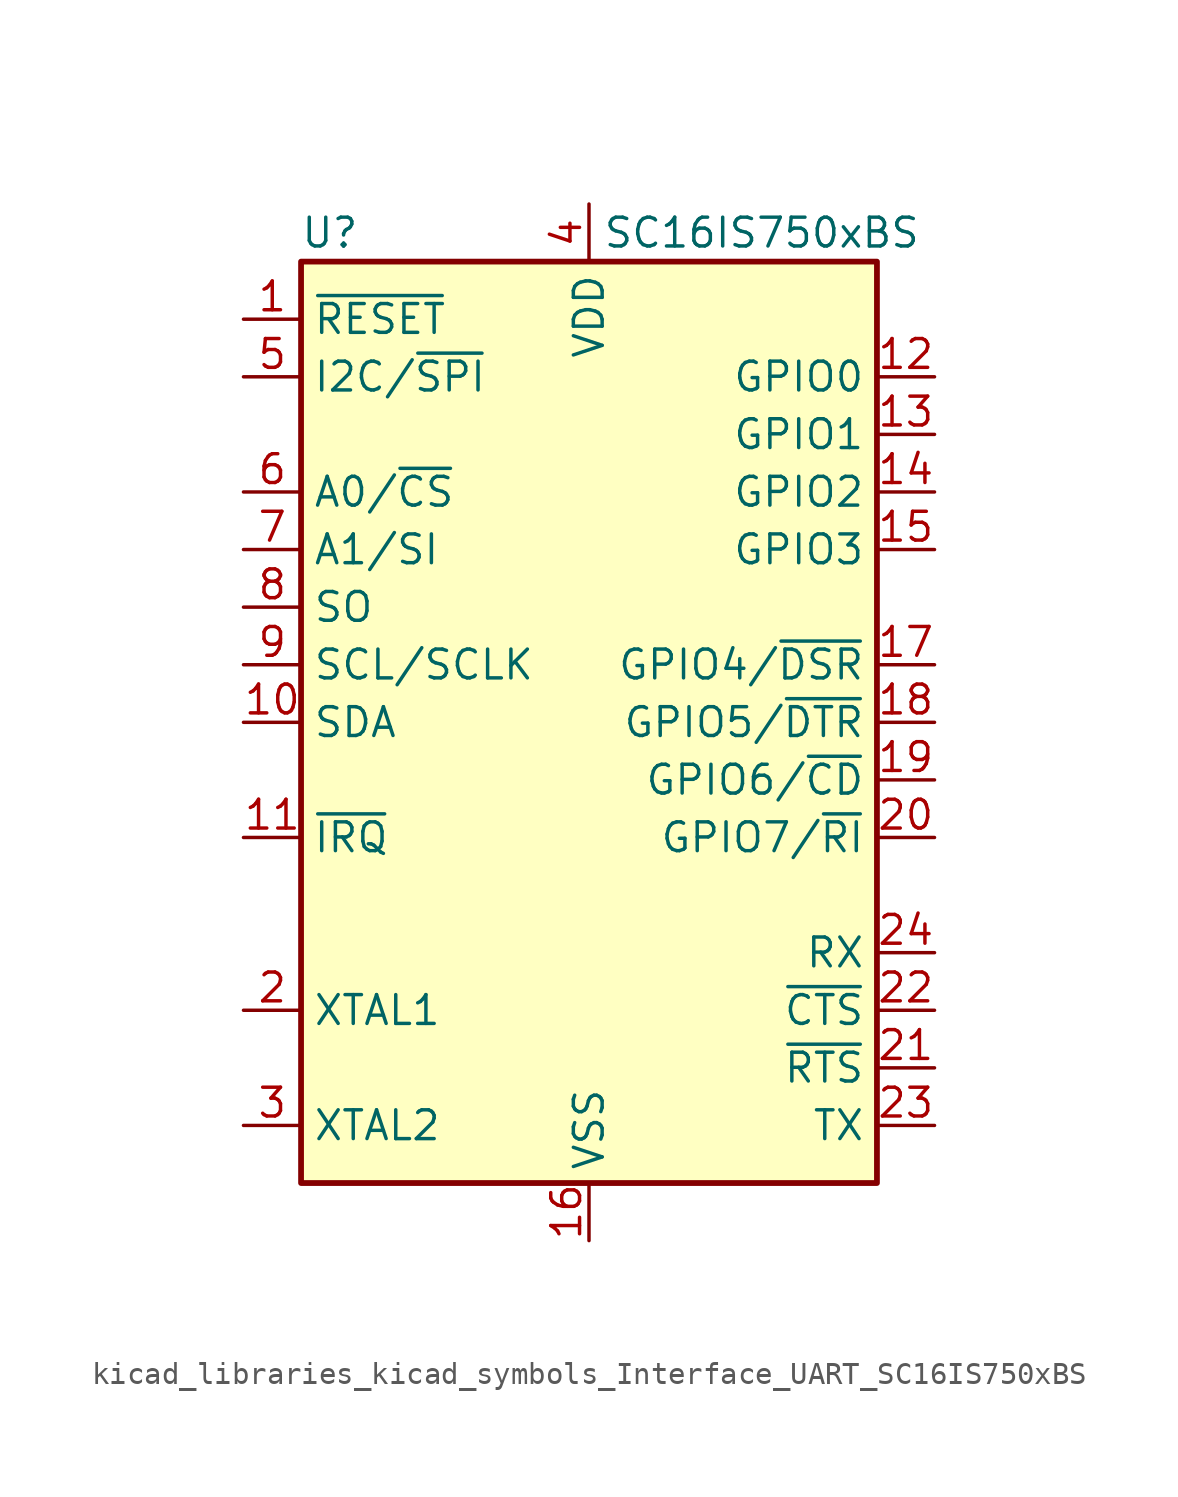
<source format=kicad_sym>
(kicad_symbol_lib
  (version 20220914)
  (generator kicad_symbol_editor)
  (symbol "kicad_libraries_kicad_symbols_Interface_UART_SC16IS750xBS"
    (property "Reference" "U"
      (at -11.43 21.59 0)
      (effects (font (size 1.27 1.27))))
    (property "Value" "SC16IS750xBS"
      (at 7.62 21.59 0)
      (effects (font (size 1.27 1.27))))
    (symbol "kicad_libraries_kicad_symbols_Interface_UART_SC16IS750xBS_0_1"
      (rectangle (start -12.7 20.32) (end 12.7 -20.32) (stroke (width 0.254) (type default)) (fill (type background))))
    (symbol "kicad_libraries_kicad_symbols_Interface_UART_SC16IS750xBS_1_1"
      (pin input line (at -15.24 17.78 0) (length 2.54) (name "~{RESET}" (effects (font (size 1.27 1.27)))) (number "1" (effects (font (size 1.27 1.27)))))
      (pin bidirectional line (at -15.24 0 0) (length 2.54) (name "SDA" (effects (font (size 1.27 1.27)))) (number "10" (effects (font (size 1.27 1.27)))))
      (pin open_collector line (at -15.24 -5.08 0) (length 2.54) (name "~{IRQ}" (effects (font (size 1.27 1.27)))) (number "11" (effects (font (size 1.27 1.27)))))
      (pin bidirectional line (at 15.24 15.24 180) (length 2.54) (name "GPIO0" (effects (font (size 1.27 1.27)))) (number "12" (effects (font (size 1.27 1.27)))))
      (pin bidirectional line (at 15.24 12.7 180) (length 2.54) (name "GPIO1" (effects (font (size 1.27 1.27)))) (number "13" (effects (font (size 1.27 1.27)))))
      (pin bidirectional line (at 15.24 10.16 180) (length 2.54) (name "GPIO2" (effects (font (size 1.27 1.27)))) (number "14" (effects (font (size 1.27 1.27)))))
      (pin bidirectional line (at 15.24 7.62 180) (length 2.54) (name "GPIO3" (effects (font (size 1.27 1.27)))) (number "15" (effects (font (size 1.27 1.27)))))
      (pin power_in line (at 0 -22.86 90) (length 2.54) (name "VSS" (effects (font (size 1.27 1.27)))) (number "16" (effects (font (size 1.27 1.27)))))
      (pin bidirectional line (at 15.24 2.54 180) (length 2.54) (name "GPIO4/~{DSR}" (effects (font (size 1.27 1.27)))) (number "17" (effects (font (size 1.27 1.27)))))
      (pin bidirectional line (at 15.24 0 180) (length 2.54) (name "GPIO5/~{DTR}" (effects (font (size 1.27 1.27)))) (number "18" (effects (font (size 1.27 1.27)))))
      (pin bidirectional line (at 15.24 -2.54 180) (length 2.54) (name "GPIO6/~{CD}" (effects (font (size 1.27 1.27)))) (number "19" (effects (font (size 1.27 1.27)))))
      (pin input line (at -15.24 -12.7 0) (length 2.54) (name "XTAL1" (effects (font (size 1.27 1.27)))) (number "2" (effects (font (size 1.27 1.27)))))
      (pin bidirectional line (at 15.24 -5.08 180) (length 2.54) (name "GPIO7/~{RI}" (effects (font (size 1.27 1.27)))) (number "20" (effects (font (size 1.27 1.27)))))
      (pin output line (at 15.24 -15.24 180) (length 2.54) (name "~{RTS}" (effects (font (size 1.27 1.27)))) (number "21" (effects (font (size 1.27 1.27)))))
      (pin input line (at 15.24 -12.7 180) (length 2.54) (name "~{CTS}" (effects (font (size 1.27 1.27)))) (number "22" (effects (font (size 1.27 1.27)))))
      (pin output line (at 15.24 -17.78 180) (length 2.54) (name "TX" (effects (font (size 1.27 1.27)))) (number "23" (effects (font (size 1.27 1.27)))))
      (pin input line (at 15.24 -10.16 180) (length 2.54) (name "RX" (effects (font (size 1.27 1.27)))) (number "24" (effects (font (size 1.27 1.27)))))
      (pin passive line (at 0 -22.86 90) (length 2.54) hide (name "VSS" (effects (font (size 1.27 1.27)))) (number "25" (effects (font (size 1.27 1.27)))))
      (pin output line (at -15.24 -17.78 0) (length 2.54) (name "XTAL2" (effects (font (size 1.27 1.27)))) (number "3" (effects (font (size 1.27 1.27)))))
      (pin power_in line (at 0 22.86 270) (length 2.54) (name "VDD" (effects (font (size 1.27 1.27)))) (number "4" (effects (font (size 1.27 1.27)))))
      (pin input line (at -15.24 15.24 0) (length 2.54) (name "I2C/~{SPI}" (effects (font (size 1.27 1.27)))) (number "5" (effects (font (size 1.27 1.27)))))
      (pin input line (at -15.24 10.16 0) (length 2.54) (name "A0/~{CS}" (effects (font (size 1.27 1.27)))) (number "6" (effects (font (size 1.27 1.27)))))
      (pin input line (at -15.24 7.62 0) (length 2.54) (name "A1/SI" (effects (font (size 1.27 1.27)))) (number "7" (effects (font (size 1.27 1.27)))))
      (pin output line (at -15.24 5.08 0) (length 2.54) (name "SO" (effects (font (size 1.27 1.27)))) (number "8" (effects (font (size 1.27 1.27)))))
      (pin input line (at -15.24 2.54 0) (length 2.54) (name "SCL/SCLK" (effects (font (size 1.27 1.27)))) (number "9" (effects (font (size 1.27 1.27))))))))
</source>
